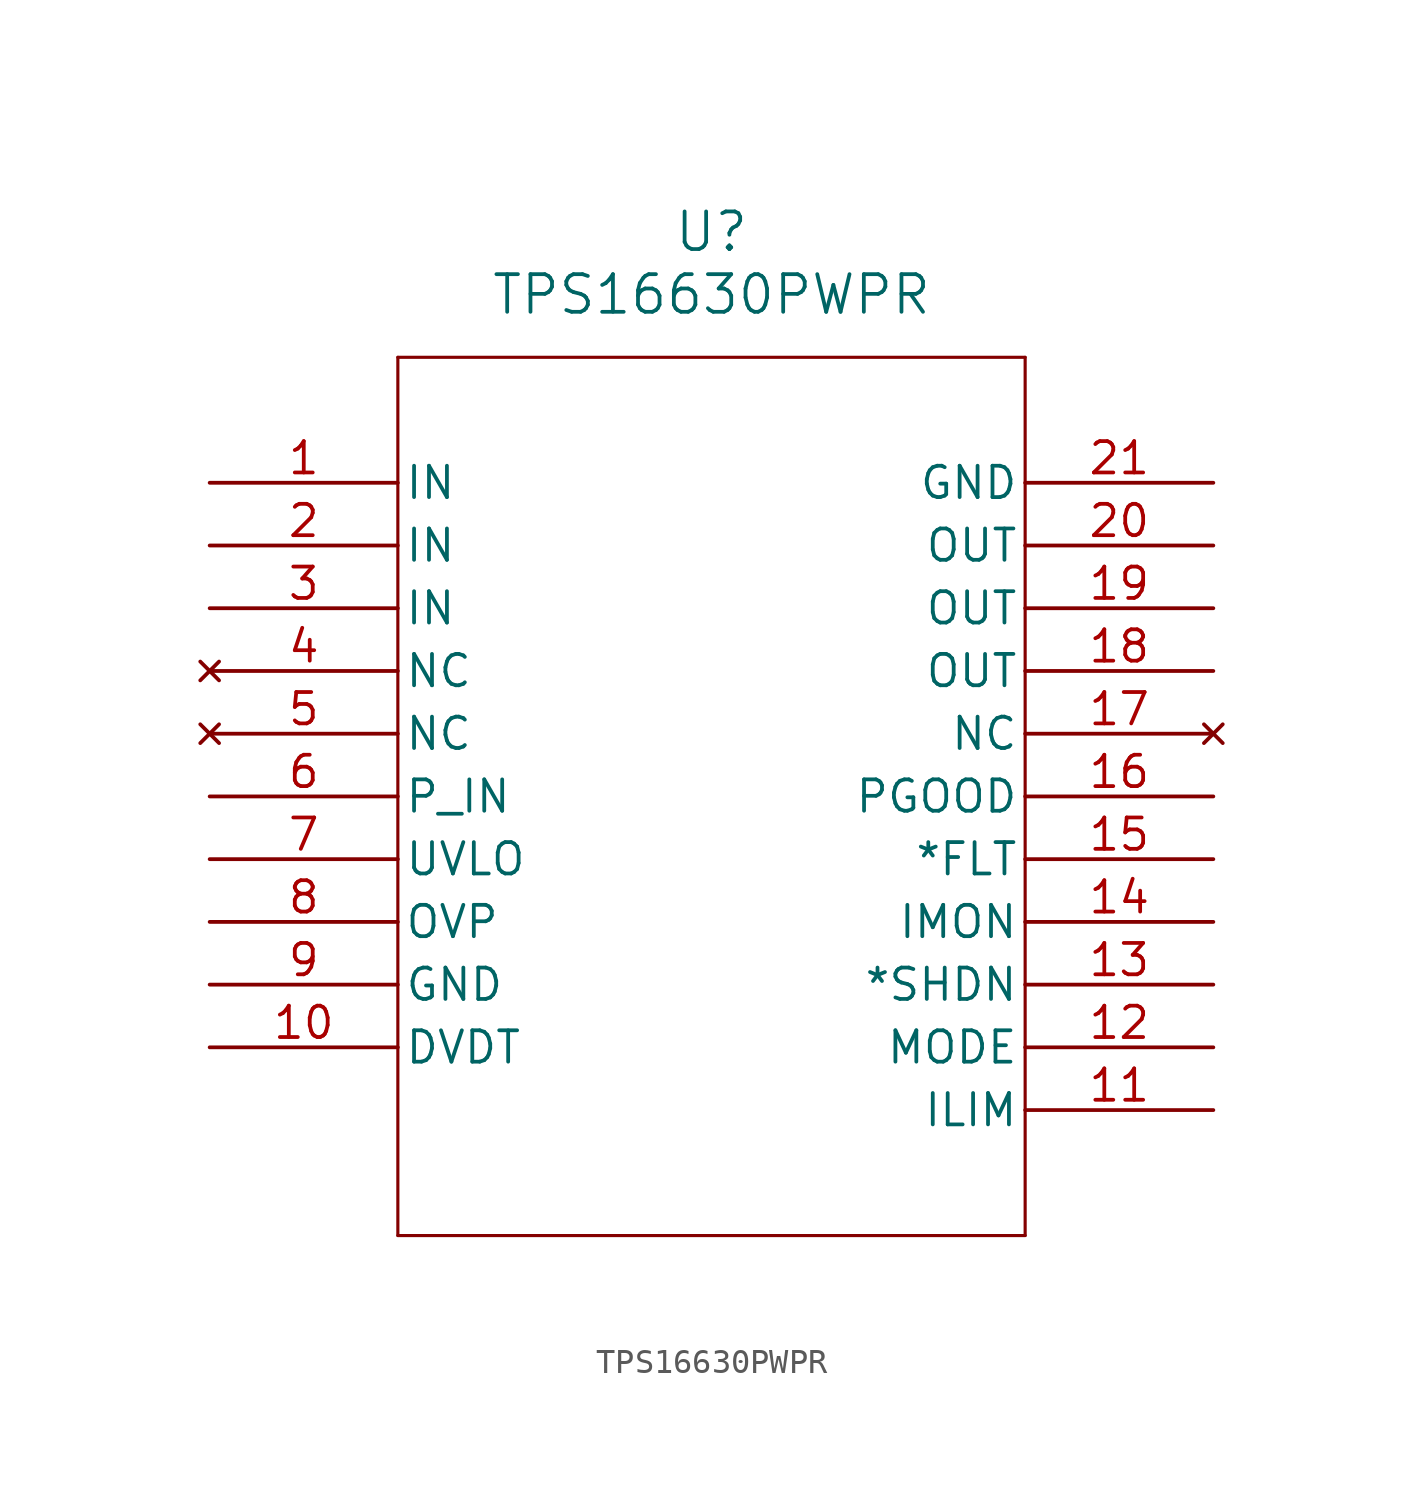
<source format=kicad_sym>
(kicad_symbol_lib
  (version 20211014)
  (generator kicad_symbol_editor)
  (symbol "TPS16630PWPR"
    (pin_names
      (offset 0.254))
    (property "Reference" "U"
      (at 20.32 10.16 0)
      (effects (font (size 1.524 1.524))))
    (property "Value" "TPS16630PWPR"
      (at 20.32 7.62 0)
      (effects (font (size 1.524 1.524))))
    (symbol "TPS16630PWPR_0_1"
      (polyline (pts (xy 7.62 5.08) (xy 7.62 -30.48)) (stroke (width 0.127) (type default) (color 0 0 0 0)) (fill (type none)))
      (polyline (pts (xy 7.62 -30.48) (xy 33.02 -30.48)) (stroke (width 0.127) (type default) (color 0 0 0 0)) (fill (type none)))
      (polyline (pts (xy 33.02 -30.48) (xy 33.02 5.08)) (stroke (width 0.127) (type default) (color 0 0 0 0)) (fill (type none)))
      (polyline (pts (xy 33.02 5.08) (xy 7.62 5.08)) (stroke (width 0.127) (type default) (color 0 0 0 0)) (fill (type none)))
      (pin power_in line (at 0 0 0) (length 7.62) (name "IN" (effects (font (size 1.27 1.27)))) (number "1" (effects (font (size 1.27 1.27)))))
      (pin power_in line (at 0 -2.54 0) (length 7.62) (name "IN" (effects (font (size 1.27 1.27)))) (number "2" (effects (font (size 1.27 1.27)))))
      (pin power_in line (at 0 -5.08 0) (length 7.62) (name "IN" (effects (font (size 1.27 1.27)))) (number "3" (effects (font (size 1.27 1.27)))))
      (pin no_connect line (at 0 -7.62 0) (length 7.62) (name "NC" (effects (font (size 1.27 1.27)))) (number "4" (effects (font (size 1.27 1.27)))))
      (pin no_connect line (at 0 -10.16 0) (length 7.62) (name "NC" (effects (font (size 1.27 1.27)))) (number "5" (effects (font (size 1.27 1.27)))))
      (pin power_in line (at 0 -12.7 0) (length 7.62) (name "P_IN" (effects (font (size 1.27 1.27)))) (number "6" (effects (font (size 1.27 1.27)))))
      (pin input line (at 0 -15.24 0) (length 7.62) (name "UVLO" (effects (font (size 1.27 1.27)))) (number "7" (effects (font (size 1.27 1.27)))))
      (pin input line (at 0 -17.78 0) (length 7.62) (name "OVP" (effects (font (size 1.27 1.27)))) (number "8" (effects (font (size 1.27 1.27)))))
      (pin power_out line (at 0 -20.32 0) (length 7.62) (name "GND" (effects (font (size 1.27 1.27)))) (number "9" (effects (font (size 1.27 1.27)))))
      (pin bidirectional line (at 0 -22.86 0) (length 7.62) (name "DVDT" (effects (font (size 1.27 1.27)))) (number "10" (effects (font (size 1.27 1.27)))))
      (pin bidirectional line (at 40.64 -25.4 180) (length 7.62) (name "ILIM" (effects (font (size 1.27 1.27)))) (number "11" (effects (font (size 1.27 1.27)))))
      (pin input line (at 40.64 -22.86 180) (length 7.62) (name "MODE" (effects (font (size 1.27 1.27)))) (number "12" (effects (font (size 1.27 1.27)))))
      (pin input line (at 40.64 -20.32 180) (length 7.62) (name "*SHDN" (effects (font (size 1.27 1.27)))) (number "13" (effects (font (size 1.27 1.27)))))
      (pin output line (at 40.64 -17.78 180) (length 7.62) (name "IMON" (effects (font (size 1.27 1.27)))) (number "14" (effects (font (size 1.27 1.27)))))
      (pin output line (at 40.64 -15.24 180) (length 7.62) (name "*FLT" (effects (font (size 1.27 1.27)))) (number "15" (effects (font (size 1.27 1.27)))))
      (pin output line (at 40.64 -12.7 180) (length 7.62) (name "PGOOD" (effects (font (size 1.27 1.27)))) (number "16" (effects (font (size 1.27 1.27)))))
      (pin no_connect line (at 40.64 -10.16 180) (length 7.62) (name "NC" (effects (font (size 1.27 1.27)))) (number "17" (effects (font (size 1.27 1.27)))))
      (pin power_in line (at 40.64 -7.62 180) (length 7.62) (name "OUT" (effects (font (size 1.27 1.27)))) (number "18" (effects (font (size 1.27 1.27)))))
      (pin power_in line (at 40.64 -5.08 180) (length 7.62) (name "OUT" (effects (font (size 1.27 1.27)))) (number "19" (effects (font (size 1.27 1.27)))))
      (pin power_in line (at 40.64 -2.54 180) (length 7.62) (name "OUT" (effects (font (size 1.27 1.27)))) (number "20" (effects (font (size 1.27 1.27)))))
      (pin power_out line (at 40.64 0 180) (length 7.62) (name "GND" (effects (font (size 1.27 1.27)))) (number "21" (effects (font (size 1.27 1.27))))))))
</source>
